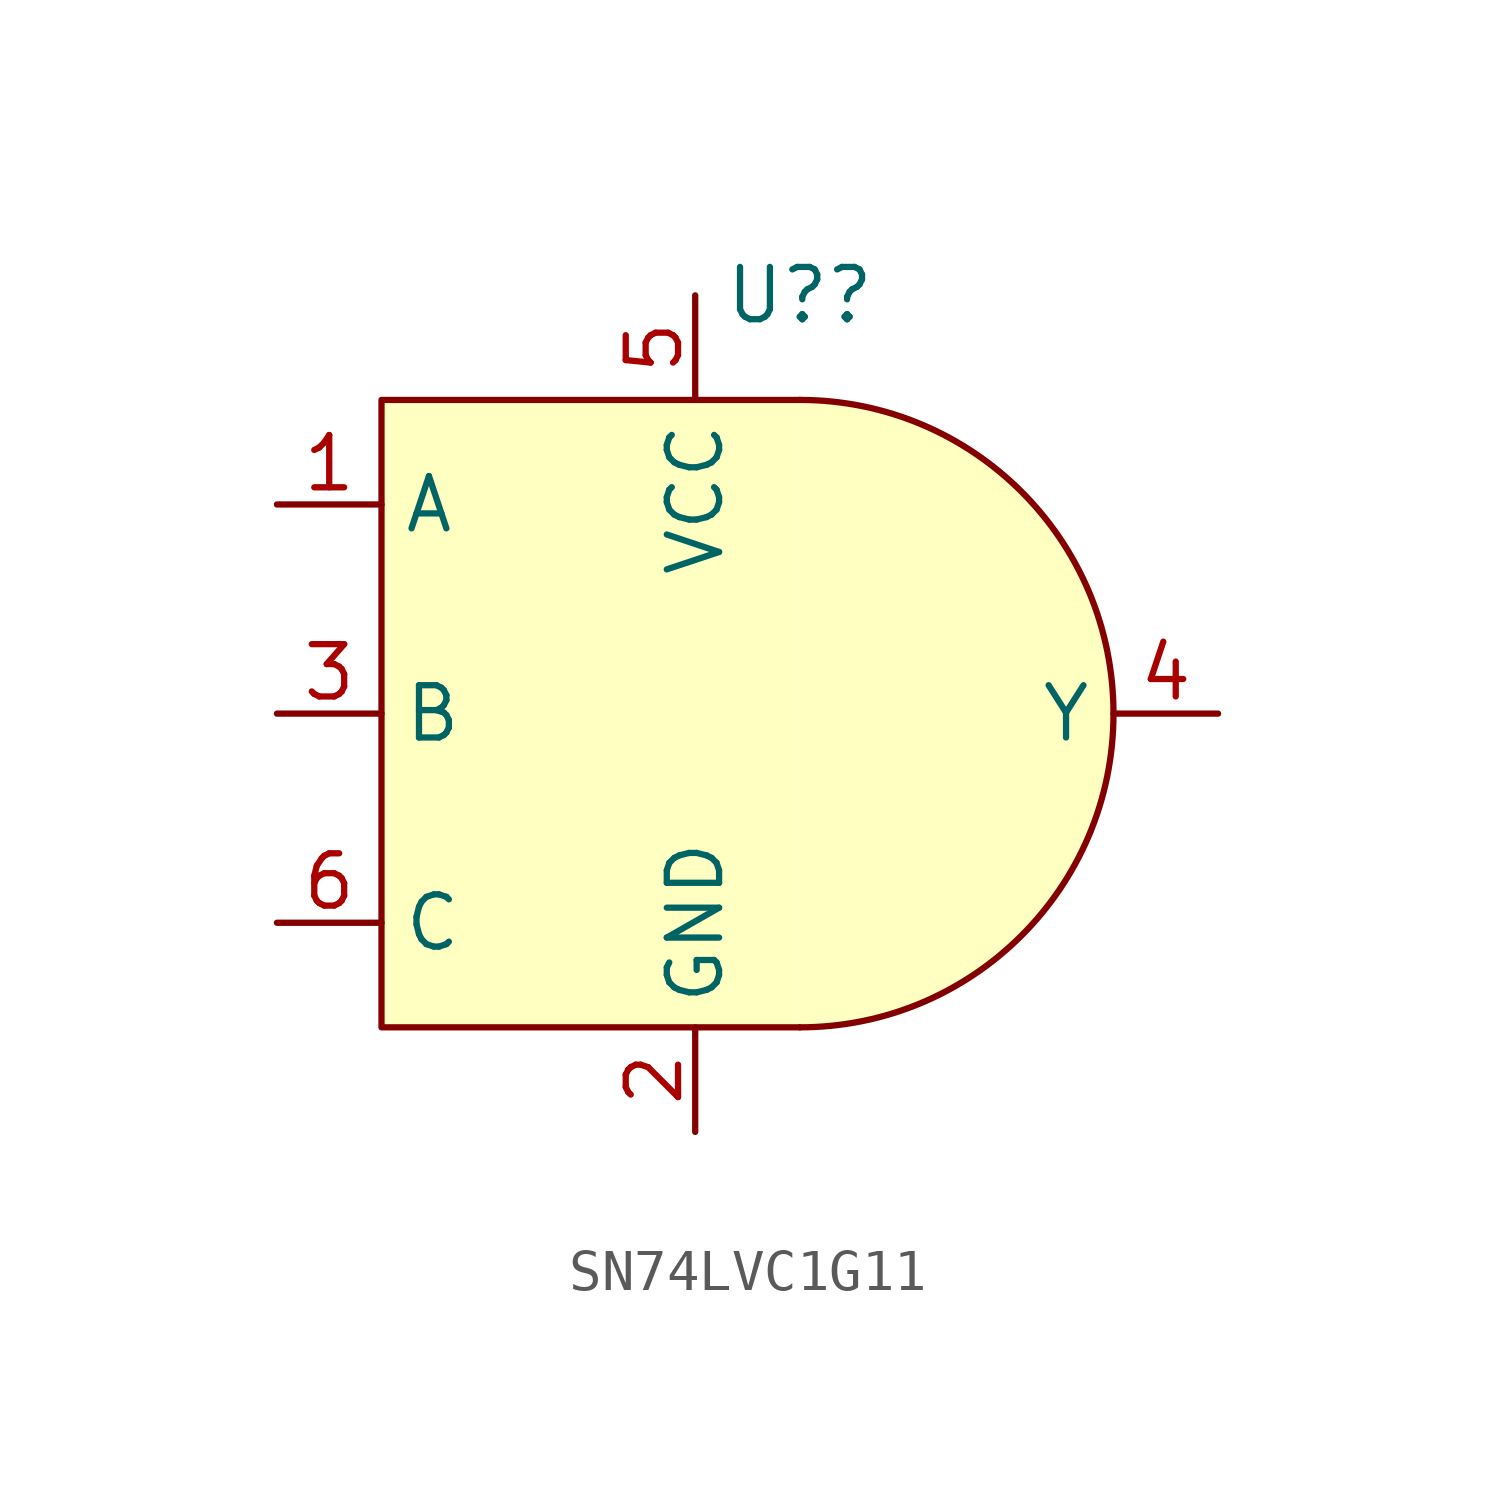
<source format=kicad_sym>
(kicad_symbol_lib
  (version 20241209)
  (generator "kicad_symbol_editor")
  (generator_version "9.0")
  (symbol "SN74LVC1G11"
    (property "Reference" "U?"
      (at 2.54 10.16 0)
      (effects (font (size 1.27 1.27))))
    (property "Value" ""
      (at 2.54 2.54 0)
      (effects (font (size 1.27 1.27))))
    (symbol "SN74LVC1G11_1_1"
      (polyline (pts (xy 2.54 7.62) (xy -7.62 7.62) (xy -7.62 -7.62) (xy 2.54 -7.62)) (stroke (width 0) (type solid)) (fill (type background)))
      (arc (start 2.54 7.62) (mid 10.16 0) (end 2.54 -7.62) (stroke (width 0) (type solid)) (fill (type background)))
      (pin input line (at -10.16 5.08 0) (length 2.54) (name "A" (effects (font (size 1.27 1.27)))) (number "1" (effects (font (size 1.27 1.27)))))
      (pin input line (at -10.16 0 0) (length 2.54) (name "B" (effects (font (size 1.27 1.27)))) (number "3" (effects (font (size 1.27 1.27)))))
      (pin input line (at -10.16 -5.08 0) (length 2.54) (name "C" (effects (font (size 1.27 1.27)))) (number "6" (effects (font (size 1.27 1.27)))))
      (pin input line (at 0 10.16 270) (length 2.54) (name "VCC" (effects (font (size 1.27 1.27)))) (number "5" (effects (font (size 1.27 1.27)))))
      (pin input line (at 0 -10.16 90) (length 2.54) (name "GND" (effects (font (size 1.27 1.27)))) (number "2" (effects (font (size 1.27 1.27)))))
      (pin input line (at 12.7 0 180) (length 2.54) (name "Y" (effects (font (size 1.27 1.27)))) (number "4" (effects (font (size 1.27 1.27))))))))
</source>
